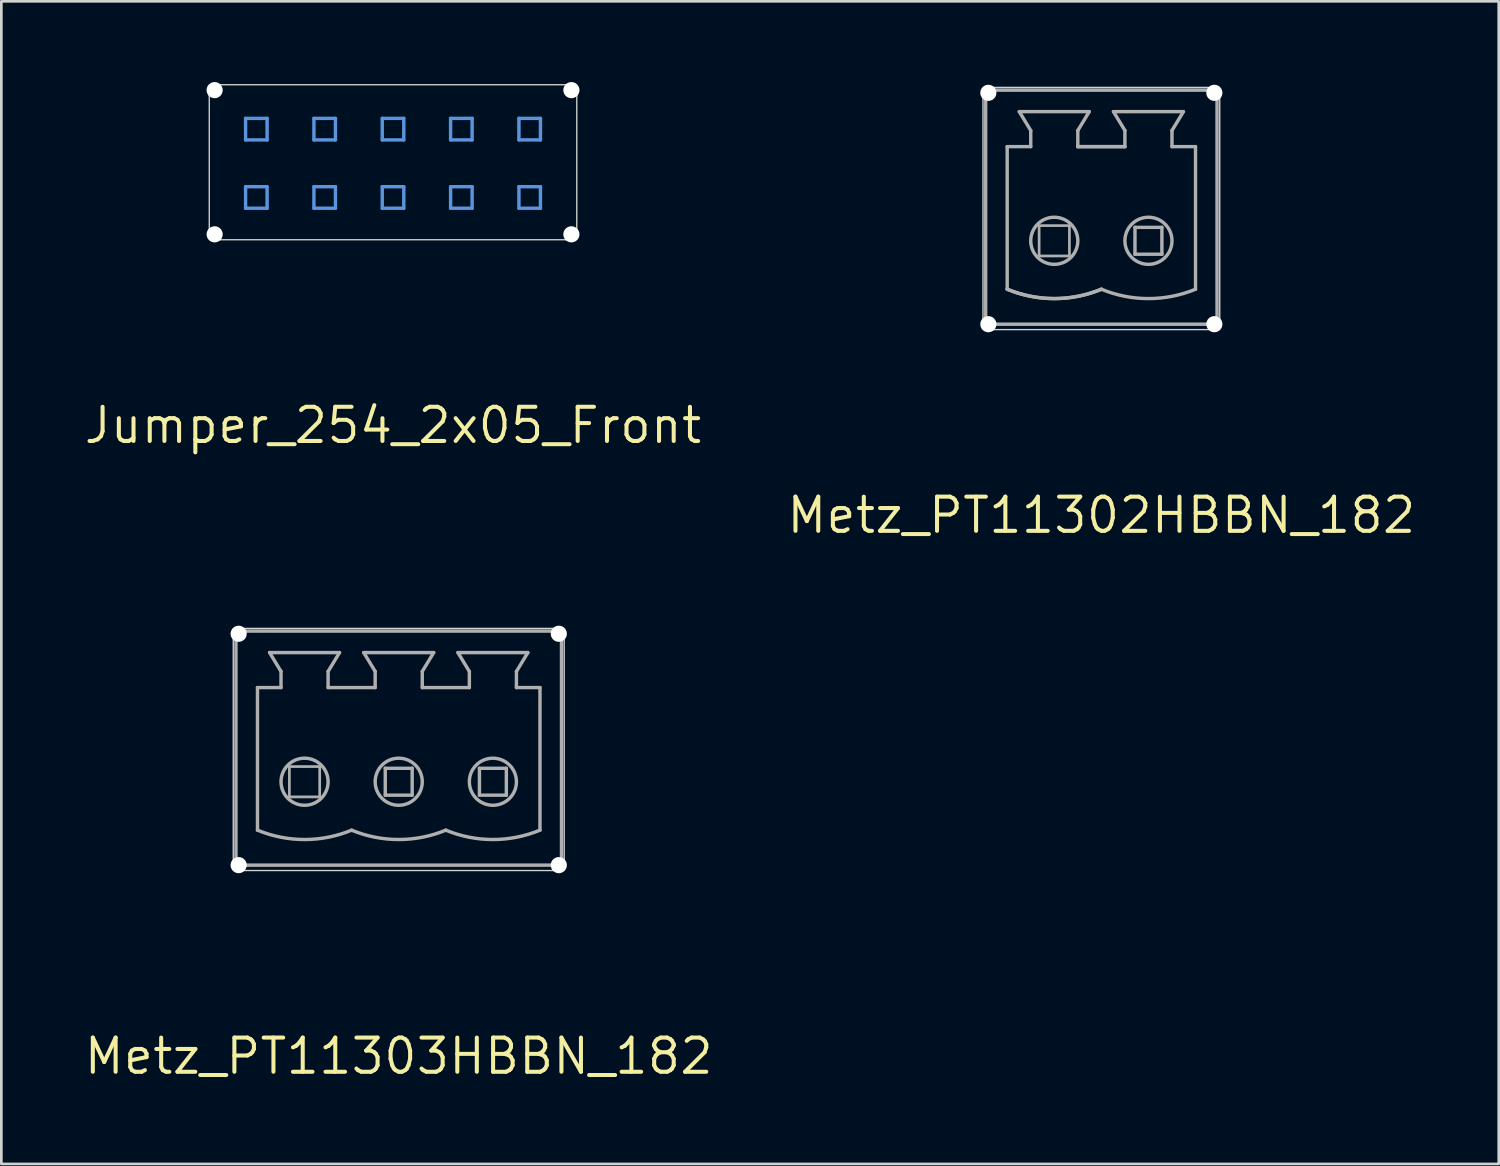
<source format=kicad_pcb>
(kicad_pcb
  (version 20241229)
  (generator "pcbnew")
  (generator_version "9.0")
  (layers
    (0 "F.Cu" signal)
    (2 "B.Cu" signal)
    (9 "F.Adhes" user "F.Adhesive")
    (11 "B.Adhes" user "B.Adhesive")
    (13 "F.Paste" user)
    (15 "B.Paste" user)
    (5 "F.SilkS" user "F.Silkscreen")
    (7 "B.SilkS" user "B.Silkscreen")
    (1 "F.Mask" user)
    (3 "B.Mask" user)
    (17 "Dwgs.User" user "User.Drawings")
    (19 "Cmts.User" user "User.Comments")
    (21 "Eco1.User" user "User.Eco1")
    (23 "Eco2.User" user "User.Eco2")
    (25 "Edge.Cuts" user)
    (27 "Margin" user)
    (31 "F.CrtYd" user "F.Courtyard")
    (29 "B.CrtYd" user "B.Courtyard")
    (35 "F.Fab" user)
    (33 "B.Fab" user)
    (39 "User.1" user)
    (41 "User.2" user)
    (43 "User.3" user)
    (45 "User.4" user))
  (footprint "Metz_PT11303HBBN_182"
    (layer "F.Cu")
    (at 11.77 36.206)
    (property "Reference" "Metz_PT11303HBBN_182" (at 0 0 0) (layer "F.SilkS") (effects (font (size 1.27 1.27) (thickness 0.15))))
    (fp_line (start -6.15 -15.7) (end -6.15 -7.2) (stroke (width 0.05) (type solid)) (layer "Edge.Cuts"))
    (fp_line (start -5.95 -6.9) (end 5.95 -6.9) (stroke (width 0.05) (type solid)) (layer "Edge.Cuts"))
    (fp_line (start 5.95 -15.9) (end -5.95 -15.9) (stroke (width 0.05) (type solid)) (layer "Edge.Cuts"))
    (fp_line (start 6.15 -7.2) (end 6.15 -15.7) (stroke (width 0.05) (type solid)) (layer "Edge.Cuts"))
    (fp_arc (start -6.15 -15.7) (mid -6.091421 -15.841421) (end -5.95 -15.9) (stroke (width 0.05) (type solid)) (layer "Edge.Cuts"))
    (fp_arc (start -5.95 -6.9) (mid -6.112132 -7.008579) (end -6.15 -7.2) (stroke (width 0.05) (type solid)) (layer "Edge.Cuts"))
    (fp_arc (start 5.95 -15.9) (mid 6.091421 -15.841421) (end 6.15 -15.7) (stroke (width 0.05) (type solid)) (layer "Edge.Cuts"))
    (fp_arc (start 6.149999 -7.199999) (mid 6.091906 -7.022062) (end 5.95 -6.9) (stroke (width 0.05) (type solid)) (layer "Edge.Cuts"))
    (fp_line (start -6.05 -15.8) (end -6.05 -7.1) (stroke (width 0.127) (type solid)) (layer "F.Fab"))
    (fp_line (start -6.05 -15.8) (end 6.05 -15.8) (stroke (width 0.127) (type solid)) (layer "F.Fab"))
    (fp_line (start -6.05 -7.1) (end 6.05 -7.1) (stroke (width 0.127) (type solid)) (layer "F.Fab"))
    (fp_line (start -5.25 -13.7) (end -5.25 -8.4) (stroke (width 0.127) (type solid)) (layer "F.Fab"))
    (fp_line (start -5.25 -13.7) (end -4.375 -13.7) (stroke (width 0.127) (type solid)) (layer "F.Fab"))
    (fp_line (start -4.8 -15) (end -2.2 -15) (stroke (width 0.127) (type solid)) (layer "F.Fab"))
    (fp_line (start -4.375 -14.3) (end -4.8 -15) (stroke (width 0.127) (type solid)) (layer "F.Fab"))
    (fp_line (start -4.375 -13.7) (end -4.375 -14.3) (stroke (width 0.127) (type solid)) (layer "F.Fab"))
    (fp_line (start -2.625 -14.3) (end -2.2 -15) (stroke (width 0.127) (type solid)) (layer "F.Fab"))
    (fp_line (start -2.625 -13.7) (end -2.625 -14.3) (stroke (width 0.127) (type solid)) (layer "F.Fab"))
    (fp_line (start -2.625 -13.7) (end -0.875 -13.7) (stroke (width 0.127) (type solid)) (layer "F.Fab"))
    (fp_line (start -1.3 -15) (end 1.3 -15) (stroke (width 0.127) (type solid)) (layer "F.Fab"))
    (fp_line (start -0.875 -14.3) (end -1.3 -15) (stroke (width 0.127) (type solid)) (layer "F.Fab"))
    (fp_line (start -0.875 -13.7) (end -0.875 -14.3) (stroke (width 0.127) (type solid)) (layer "F.Fab"))
    (fp_line (start -0.5 -10.7) (end 0.5 -10.7) (stroke (width 0.127) (type solid)) (layer "F.Fab"))
    (fp_line (start -0.5 -9.7) (end -0.5 -10.7) (stroke (width 0.127) (type solid)) (layer "F.Fab"))
    (fp_line (start 0.5 -10.7) (end 0.5 -9.7) (stroke (width 0.127) (type solid)) (layer "F.Fab"))
    (fp_line (start 0.5 -9.7) (end -0.5 -9.7) (stroke (width 0.127) (type solid)) (layer "F.Fab"))
    (fp_line (start 0.875 -14.3) (end 1.3 -15) (stroke (width 0.127) (type solid)) (layer "F.Fab"))
    (fp_line (start 0.875 -13.7) (end 0.875 -14.3) (stroke (width 0.127) (type solid)) (layer "F.Fab"))
    (fp_line (start 0.875 -13.7) (end 2.625 -13.7) (stroke (width 0.127) (type solid)) (layer "F.Fab"))
    (fp_line (start 2.2 -15) (end 4.8 -15) (stroke (width 0.127) (type solid)) (layer "F.Fab"))
    (fp_line (start 2.625 -14.3) (end 2.2 -15) (stroke (width 0.127) (type solid)) (layer "F.Fab"))
    (fp_line (start 2.625 -13.7) (end 2.625 -14.3) (stroke (width 0.127) (type solid)) (layer "F.Fab"))
    (fp_line (start 3 -10.7) (end 4 -10.7) (stroke (width 0.127) (type solid)) (layer "F.Fab"))
    (fp_line (start 3 -9.7) (end 3 -10.7) (stroke (width 0.127) (type solid)) (layer "F.Fab"))
    (fp_line (start 4 -10.7) (end 4 -9.7) (stroke (width 0.127) (type solid)) (layer "F.Fab"))
    (fp_line (start 4 -9.7) (end 3 -9.7) (stroke (width 0.127) (type solid)) (layer "F.Fab"))
    (fp_line (start 4.375 -14.3) (end 4.8 -15) (stroke (width 0.127) (type solid)) (layer "F.Fab"))
    (fp_line (start 4.375 -13.7) (end 4.375 -14.3) (stroke (width 0.127) (type solid)) (layer "F.Fab"))
    (fp_line (start 5.25 -13.7) (end 4.375 -13.7) (stroke (width 0.127) (type solid)) (layer "F.Fab"))
    (fp_line (start 5.25 -13.7) (end 5.25 -8.4) (stroke (width 0.127) (type solid)) (layer "F.Fab"))
    (fp_line (start 6.05 -15.8) (end 6.05 -7.1) (stroke (width 0.127) (type solid)) (layer "F.Fab"))
    (fp_arc (start -1.750001 -8.4) (mid -3.5 -8.051904) (end -5.25 -8.4) (stroke (width 0.127) (type solid)) (layer "F.Fab"))
    (fp_arc (start 1.749999 -8.4) (mid 0 -8.051904) (end -1.75 -8.4) (stroke (width 0.127) (type solid)) (layer "F.Fab"))
    (fp_arc (start 5.249999 -8.4) (mid 3.5 -8.051904) (end 1.75 -8.4) (stroke (width 0.127) (type solid)) (layer "F.Fab"))
    (fp_circle (center -3.5 -10.2) (end -2.625 -10.2) (stroke (width 0.127) (type solid)) (fill no) (layer "F.Fab"))
    (fp_circle (center 0 -10.2) (end 0.875 -10.2) (stroke (width 0.127) (type solid)) (fill no) (layer "F.Fab"))
    (fp_circle (center 3.5 -10.2) (end 4.375 -10.2) (stroke (width 0.127) (type solid)) (fill no) (layer "F.Fab"))
    (fp_poly (pts (xy -2.937 -9.636) (xy -4.064 -9.636) (xy -4.064 -10.764) (xy -2.937 -10.764)) (stroke (width 0.1) (type default)) (fill no) (layer "F.Fab"))
    (pad "" np_thru_hole circle (at -5.95 -15.7) (size 0.6 0.6) (drill 0.6) (layers "*.Cu" "*.Mask"))
    (pad "" np_thru_hole circle (at -5.95 -7.1) (size 0.6 0.6) (drill 0.6) (layers "*.Cu" "*.Mask"))
    (pad "" np_thru_hole circle (at 5.95 -15.7) (size 0.6 0.6) (drill 0.6) (layers "*.Cu" "*.Mask"))
    (pad "" np_thru_hole circle (at 5.95 -7.1) (size 0.6 0.6) (drill 0.6) (layers "*.Cu" "*.Mask"))
    (zone (net_name "") (layer "F.Cu") (hatch edge 0.5) (connect_pads) (min_thickness 0.25) (filled_areas_thickness no) (keepout (tracks not_allowed) (vias not_allowed) (pads not_allowed) (copperpour not_allowed) (footprints allowed)) (placement (enabled no)) (fill) (polygon (pts (xy 5.42 20.106) (xy 18.12 20.106) (xy 18.12 29.406) (xy 5.42 29.406))))
    (zone (net_name "") (layer "B.Cu") (hatch edge 0.5) (connect_pads) (min_thickness 0.25) (filled_areas_thickness no) (keepout (tracks not_allowed) (vias not_allowed) (pads not_allowed) (copperpour not_allowed) (footprints allowed)) (placement (enabled no)) (fill) (polygon (pts (xy 5.42 20.106) (xy 18.12 20.106) (xy 18.12 29.406) (xy 5.42 29.406)))))
  (footprint "Jumper_254_2x05_Front"
    (layer "F.Cu")
    (at 11.558 12.76)
    (property "Reference" "Jumper_254_2x05_Front" (at 0 0 0) (layer "F.SilkS") (effects (font (size 1.27 1.27) (thickness 0.15))))
    (attr through_hole)
    (fp_line (start -5.48 -11.41) (end -4.68 -11.41) (stroke (width 0.127) (type solid)) (layer "Cmts.User"))
    (fp_line (start -5.48 -10.61) (end -5.48 -11.41) (stroke (width 0.127) (type solid)) (layer "Cmts.User"))
    (fp_line (start -5.48 -8.87) (end -4.68 -8.87) (stroke (width 0.127) (type solid)) (layer "Cmts.User"))
    (fp_line (start -5.48 -8.07) (end -5.48 -8.87) (stroke (width 0.127) (type solid)) (layer "Cmts.User"))
    (fp_line (start -4.68 -11.41) (end -4.68 -10.61) (stroke (width 0.127) (type solid)) (layer "Cmts.User"))
    (fp_line (start -4.68 -10.61) (end -5.48 -10.61) (stroke (width 0.127) (type solid)) (layer "Cmts.User"))
    (fp_line (start -4.68 -8.87) (end -4.68 -8.07) (stroke (width 0.127) (type solid)) (layer "Cmts.User"))
    (fp_line (start -4.68 -8.07) (end -5.48 -8.07) (stroke (width 0.127) (type solid)) (layer "Cmts.User"))
    (fp_line (start -2.94 -11.41) (end -2.14 -11.41) (stroke (width 0.127) (type solid)) (layer "Cmts.User"))
    (fp_line (start -2.94 -10.61) (end -2.94 -11.41) (stroke (width 0.127) (type solid)) (layer "Cmts.User"))
    (fp_line (start -2.94 -8.87) (end -2.14 -8.87) (stroke (width 0.127) (type solid)) (layer "Cmts.User"))
    (fp_line (start -2.94 -8.07) (end -2.94 -8.87) (stroke (width 0.127) (type solid)) (layer "Cmts.User"))
    (fp_line (start -2.14 -11.41) (end -2.14 -10.61) (stroke (width 0.127) (type solid)) (layer "Cmts.User"))
    (fp_line (start -2.14 -10.61) (end -2.94 -10.61) (stroke (width 0.127) (type solid)) (layer "Cmts.User"))
    (fp_line (start -2.14 -8.87) (end -2.14 -8.07) (stroke (width 0.127) (type solid)) (layer "Cmts.User"))
    (fp_line (start -2.14 -8.07) (end -2.94 -8.07) (stroke (width 0.127) (type solid)) (layer "Cmts.User"))
    (fp_line (start -0.4 -11.41) (end 0.4 -11.41) (stroke (width 0.127) (type solid)) (layer "Cmts.User"))
    (fp_line (start -0.4 -10.61) (end -0.4 -11.41) (stroke (width 0.127) (type solid)) (layer "Cmts.User"))
    (fp_line (start -0.4 -8.87) (end 0.4 -8.87) (stroke (width 0.127) (type solid)) (layer "Cmts.User"))
    (fp_line (start -0.4 -8.07) (end -0.4 -8.87) (stroke (width 0.127) (type solid)) (layer "Cmts.User"))
    (fp_line (start 0.4 -11.41) (end 0.4 -10.61) (stroke (width 0.127) (type solid)) (layer "Cmts.User"))
    (fp_line (start 0.4 -10.61) (end -0.4 -10.61) (stroke (width 0.127) (type solid)) (layer "Cmts.User"))
    (fp_line (start 0.4 -8.87) (end 0.4 -8.07) (stroke (width 0.127) (type solid)) (layer "Cmts.User"))
    (fp_line (start 0.4 -8.07) (end -0.4 -8.07) (stroke (width 0.127) (type solid)) (layer "Cmts.User"))
    (fp_line (start 2.14 -11.41) (end 2.94 -11.41) (stroke (width 0.127) (type solid)) (layer "Cmts.User"))
    (fp_line (start 2.14 -10.61) (end 2.14 -11.41) (stroke (width 0.127) (type solid)) (layer "Cmts.User"))
    (fp_line (start 2.14 -8.87) (end 2.94 -8.87) (stroke (width 0.127) (type solid)) (layer "Cmts.User"))
    (fp_line (start 2.14 -8.07) (end 2.14 -8.87) (stroke (width 0.127) (type solid)) (layer "Cmts.User"))
    (fp_line (start 2.94 -11.41) (end 2.94 -10.61) (stroke (width 0.127) (type solid)) (layer "Cmts.User"))
    (fp_line (start 2.94 -10.61) (end 2.14 -10.61) (stroke (width 0.127) (type solid)) (layer "Cmts.User"))
    (fp_line (start 2.94 -8.87) (end 2.94 -8.07) (stroke (width 0.127) (type solid)) (layer "Cmts.User"))
    (fp_line (start 2.94 -8.07) (end 2.14 -8.07) (stroke (width 0.127) (type solid)) (layer "Cmts.User"))
    (fp_line (start 4.68 -11.41) (end 5.48 -11.41) (stroke (width 0.127) (type solid)) (layer "Cmts.User"))
    (fp_line (start 4.68 -10.61) (end 4.68 -11.41) (stroke (width 0.127) (type solid)) (layer "Cmts.User"))
    (fp_line (start 4.68 -8.87) (end 5.48 -8.87) (stroke (width 0.127) (type solid)) (layer "Cmts.User"))
    (fp_line (start 4.68 -8.07) (end 4.68 -8.87) (stroke (width 0.127) (type solid)) (layer "Cmts.User"))
    (fp_line (start 5.48 -11.41) (end 5.48 -10.61) (stroke (width 0.127) (type solid)) (layer "Cmts.User"))
    (fp_line (start 5.48 -10.61) (end 4.68 -10.61) (stroke (width 0.127) (type solid)) (layer "Cmts.User"))
    (fp_line (start 5.48 -8.87) (end 5.48 -8.07) (stroke (width 0.127) (type solid)) (layer "Cmts.User"))
    (fp_line (start 5.48 -8.07) (end 4.68 -8.07) (stroke (width 0.127) (type solid)) (layer "Cmts.User"))
    (fp_line (start -6.83 -12.26) (end -6.83 -7.2) (stroke (width 0.05) (type solid)) (layer "Edge.Cuts"))
    (fp_line (start -6.43 -6.9) (end 6.43 -6.9) (stroke (width 0.05) (type solid)) (layer "Edge.Cuts"))
    (fp_line (start 6.43 -12.66) (end -6.43 -12.66) (stroke (width 0.05) (type solid)) (layer "Edge.Cuts"))
    (fp_line (start 6.83 -7.2) (end 6.83 -12.26) (stroke (width 0.05) (type solid)) (layer "Edge.Cuts"))
    (fp_arc (start -6.83 -12.26) (mid -6.712843 -12.542843) (end -6.43 -12.66) (stroke (width 0.05) (type solid)) (layer "Edge.Cuts"))
    (fp_arc (start -6.43 -6.9) (mid -6.692132 -6.967157) (end -6.83 -7.2) (stroke (width 0.05) (type solid)) (layer "Edge.Cuts"))
    (fp_arc (start 6.43 -12.66) (mid 6.712843 -12.542843) (end 6.83 -12.26) (stroke (width 0.05) (type solid)) (layer "Edge.Cuts"))
    (fp_arc (start 6.829999 -7.199999) (mid 6.671906 -6.994124) (end 6.43 -6.9) (stroke (width 0.05) (type solid)) (layer "Edge.Cuts"))
    (pad "" np_thru_hole circle (at -6.63 -12.46) (size 0.6 0.6) (drill 0.6) (layers "*.Cu" "*.Mask"))
    (pad "" np_thru_hole circle (at -6.63 -7.1) (size 0.6 0.6) (drill 0.6) (layers "*.Cu" "*.Mask"))
    (pad "" np_thru_hole circle (at 6.63 -12.46) (size 0.6 0.6) (drill 0.6) (layers "*.Cu" "*.Mask"))
    (pad "" np_thru_hole circle (at 6.63 -7.1) (size 0.6 0.6) (drill 0.6) (layers "*.Cu" "*.Mask")))
  (footprint "Metz_PT11302HBBN_182"
    (layer "F.Cu")
    (at 37.886 16.1)
    (property "Reference" "Metz_PT11302HBBN_182" (at 0 0 0) (layer "F.SilkS") (effects (font (size 1.27 1.27) (thickness 0.15))))
    (fp_line (start -4.4 -15.7) (end -4.4 -7.1) (stroke (width 0.05) (type solid)) (layer "Edge.Cuts"))
    (fp_line (start -4.2 -6.9) (end 4.2 -6.9) (stroke (width 0.05) (type solid)) (layer "Edge.Cuts"))
    (fp_line (start 4.2 -15.9) (end -4.2 -15.9) (stroke (width 0.05) (type solid)) (layer "Edge.Cuts"))
    (fp_line (start 4.4 -7.1) (end 4.4 -15.7) (stroke (width 0.05) (type solid)) (layer "Edge.Cuts"))
    (fp_arc (start -4.4 -15.7) (mid -4.341421 -15.841421) (end -4.2 -15.9) (stroke (width 0.05) (type solid)) (layer "Edge.Cuts"))
    (fp_arc (start -4.2 -6.9) (mid -4.341421 -6.958579) (end -4.4 -7.1) (stroke (width 0.05) (type default)) (layer "Edge.Cuts"))
    (fp_arc (start 4.2 -15.9) (mid 4.341421 -15.841421) (end 4.4 -15.7) (stroke (width 0.05) (type solid)) (layer "Edge.Cuts"))
    (fp_arc (start 4.4 -7.1) (mid 4.341421 -6.958579) (end 4.2 -6.9) (stroke (width 0.05) (type solid)) (layer "Edge.Cuts"))
    (fp_line (start -4.3 -15.8) (end -4.3 -7.1) (stroke (width 0.127) (type solid)) (layer "F.Fab"))
    (fp_line (start -4.3 -15.8) (end 4.3 -15.8) (stroke (width 0.127) (type solid)) (layer "F.Fab"))
    (fp_line (start -4.3 -7.1) (end 4.3 -7.1) (stroke (width 0.127) (type solid)) (layer "F.Fab"))
    (fp_line (start -3.5 -13.7) (end -3.5 -8.4) (stroke (width 0.127) (type solid)) (layer "F.Fab"))
    (fp_line (start -3.5 -13.7) (end -2.625 -13.7) (stroke (width 0.127) (type solid)) (layer "F.Fab"))
    (fp_line (start -3.05 -15) (end -0.45 -15) (stroke (width 0.127) (type solid)) (layer "F.Fab"))
    (fp_line (start -2.625 -14.3) (end -3.05 -15) (stroke (width 0.127) (type solid)) (layer "F.Fab"))
    (fp_line (start -2.625 -13.7) (end -2.625 -14.3) (stroke (width 0.127) (type solid)) (layer "F.Fab"))
    (fp_line (start -0.875 -14.3) (end -0.45 -15) (stroke (width 0.127) (type solid)) (layer "F.Fab"))
    (fp_line (start -0.875 -13.7) (end -0.875 -14.3) (stroke (width 0.127) (type solid)) (layer "F.Fab"))
    (fp_line (start -0.875 -13.7) (end 0.875 -13.7) (stroke (width 0.127) (type solid)) (layer "F.Fab"))
    (fp_line (start 0.45 -15) (end 3.05 -15) (stroke (width 0.127) (type solid)) (layer "F.Fab"))
    (fp_line (start 0.875 -14.3) (end 0.45 -15) (stroke (width 0.127) (type solid)) (layer "F.Fab"))
    (fp_line (start 0.875 -13.7) (end -0.875 -13.7) (stroke (width 0.127) (type solid)) (layer "F.Fab"))
    (fp_line (start 0.875 -13.7) (end 0.875 -14.3) (stroke (width 0.127) (type solid)) (layer "F.Fab"))
    (fp_line (start 1.25 -10.7) (end 2.25 -10.7) (stroke (width 0.127) (type solid)) (layer "F.Fab"))
    (fp_line (start 1.25 -9.7) (end 1.25 -10.7) (stroke (width 0.127) (type solid)) (layer "F.Fab"))
    (fp_line (start 2.25 -10.7) (end 2.25 -9.7) (stroke (width 0.127) (type solid)) (layer "F.Fab"))
    (fp_line (start 2.25 -9.7) (end 1.25 -9.7) (stroke (width 0.127) (type solid)) (layer "F.Fab"))
    (fp_line (start 2.625 -14.3) (end 3.05 -15) (stroke (width 0.127) (type solid)) (layer "F.Fab"))
    (fp_line (start 2.625 -13.7) (end 2.625 -14.3) (stroke (width 0.127) (type solid)) (layer "F.Fab"))
    (fp_line (start 3.5 -13.7) (end 2.625 -13.7) (stroke (width 0.127) (type solid)) (layer "F.Fab"))
    (fp_line (start 3.5 -13.7) (end 3.5 -8.4) (stroke (width 0.127) (type solid)) (layer "F.Fab"))
    (fp_line (start 4.3 -15.8) (end 4.3 -7.1) (stroke (width 0.127) (type solid)) (layer "F.Fab"))
    (fp_arc (start -0.000001 -8.4) (mid -1.75 -8.051904) (end -3.5 -8.4) (stroke (width 0.127) (type solid)) (layer "F.Fab"))
    (fp_arc (start -0.000001 -8.4) (mid -1.75 -8.051904) (end -3.5 -8.4) (stroke (width 0.127) (type solid)) (layer "F.Fab"))
    (fp_arc (start 3.499999 -8.4) (mid 1.75 -8.051904) (end 0 -8.4) (stroke (width 0.127) (type solid)) (layer "F.Fab"))
    (fp_circle (center -1.75 -10.2) (end -0.875 -10.2) (stroke (width 0.127) (type solid)) (fill no) (layer "F.Fab"))
    (fp_circle (center 1.75 -10.2) (end 2.625 -10.2) (stroke (width 0.127) (type solid)) (fill no) (layer "F.Fab"))
    (fp_poly (pts (xy -1.187 -9.636) (xy -2.313 -9.636) (xy -2.313 -10.764) (xy -1.187 -10.764)) (stroke (width 0.1) (type default)) (fill no) (layer "F.Fab"))
    (pad "" np_thru_hole circle (at -4.2 -15.7) (size 0.6 0.6) (drill 0.6) (layers "*.Cu" "*.Mask"))
    (pad "" np_thru_hole circle (at -4.2 -7.1) (size 0.6 0.6) (drill 0.6) (layers "*.Cu" "*.Mask"))
    (pad "" np_thru_hole circle (at 4.2 -15.7) (size 0.6 0.6) (drill 0.6) (layers "*.Cu" "*.Mask"))
    (pad "" np_thru_hole circle (at 4.2 -7.1) (size 0.6 0.6) (drill 0.6) (layers "*.Cu" "*.Mask"))
    (zone (net_name "") (layer "F.Cu") (hatch edge 0.5) (connect_pads) (min_thickness 0.25) (filled_areas_thickness no) (keepout (tracks not_allowed) (vias not_allowed) (pads not_allowed) (copperpour not_allowed) (footprints allowed)) (placement (enabled no)) (fill) (polygon (pts (xy 33.286 0) (xy 42.486 0) (xy 42.486 9.3) (xy 33.286 9.3))))
    (zone (net_name "") (layer "B.Cu") (hatch edge 0.5) (connect_pads) (min_thickness 0.25) (filled_areas_thickness no) (keepout (tracks not_allowed) (vias not_allowed) (pads not_allowed) (copperpour not_allowed) (footprints allowed)) (placement (enabled no)) (fill) (polygon (pts (xy 33.286 0) (xy 42.486 0) (xy 42.486 9.3) (xy 33.286 9.3)))))
  (gr_rect
    (start -3 -3)
    (end 52.656 40.212)
    (stroke (width 0.1) (type default))
    (fill no)
    (layer "Edge.Cuts")))
</source>
